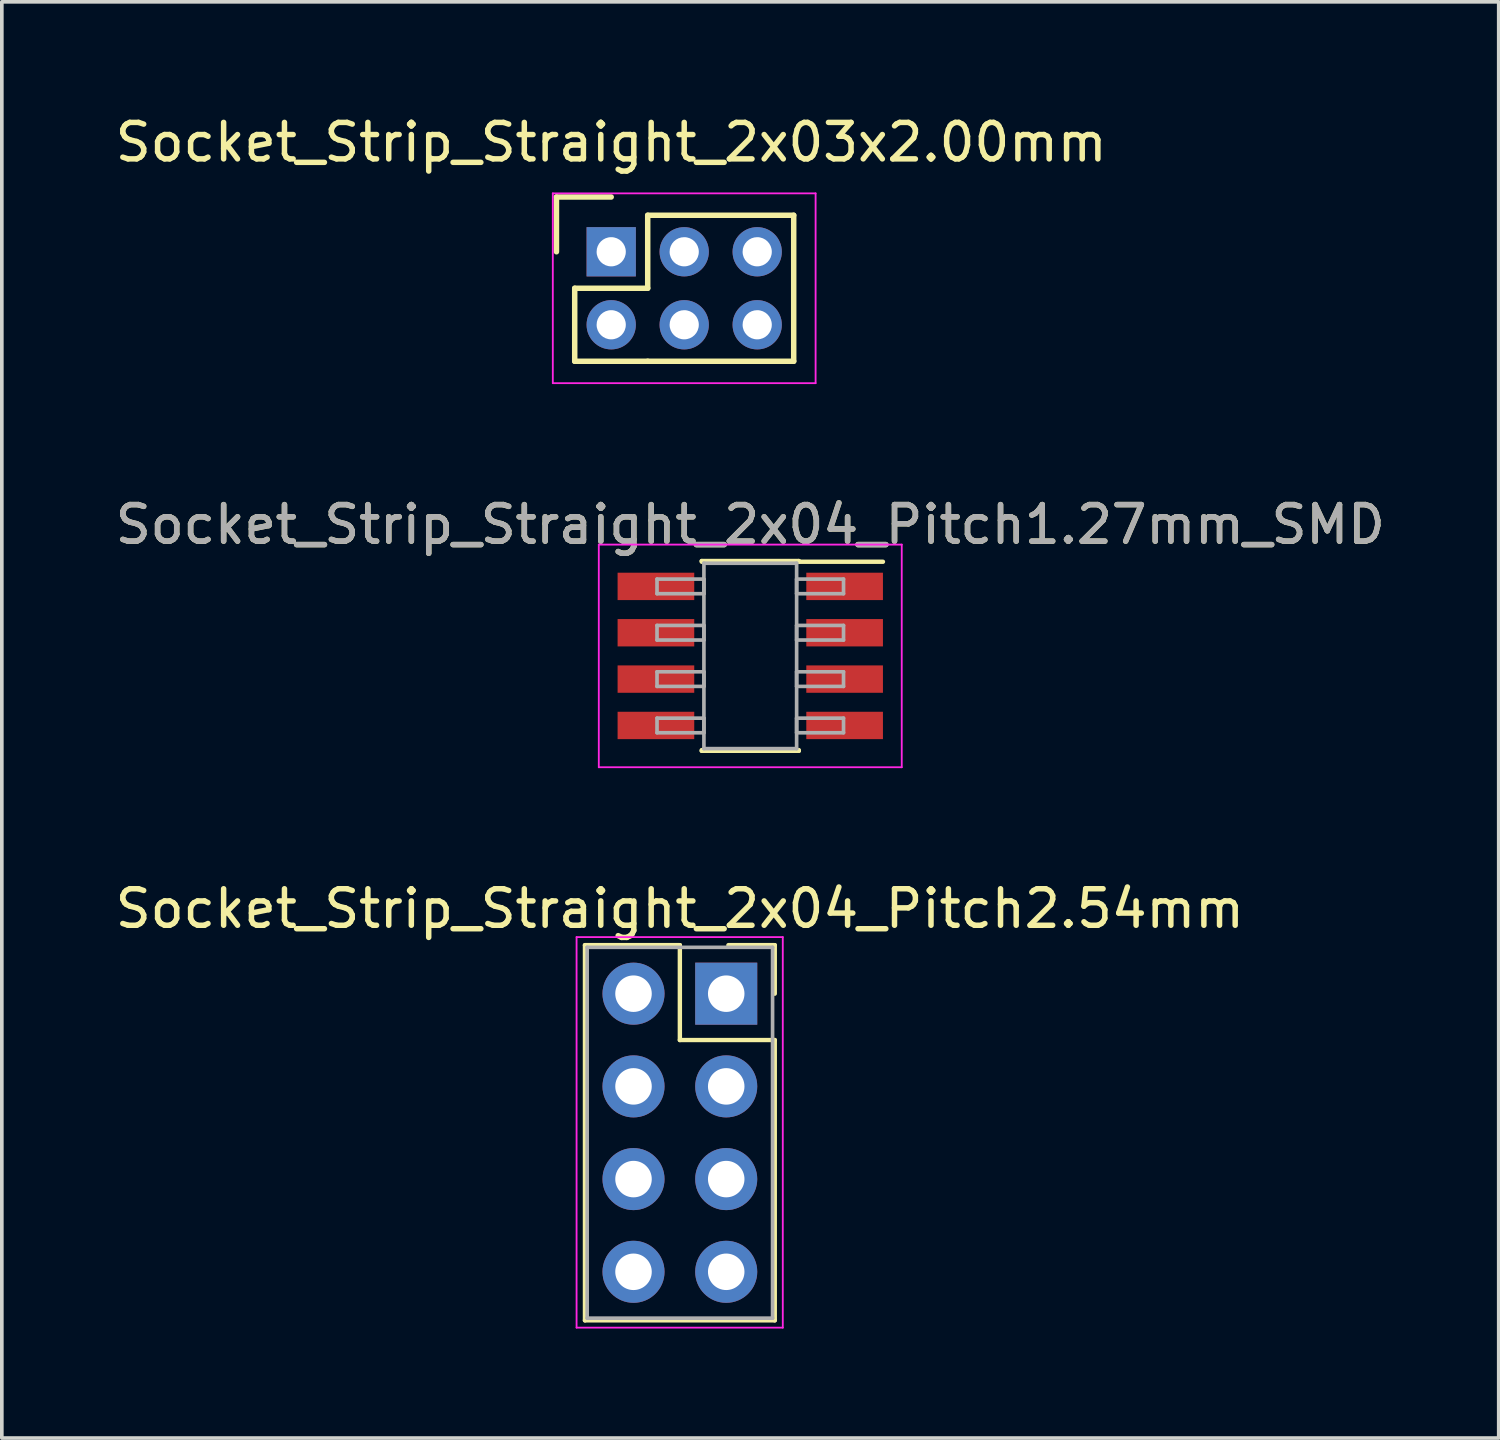
<source format=kicad_pcb>
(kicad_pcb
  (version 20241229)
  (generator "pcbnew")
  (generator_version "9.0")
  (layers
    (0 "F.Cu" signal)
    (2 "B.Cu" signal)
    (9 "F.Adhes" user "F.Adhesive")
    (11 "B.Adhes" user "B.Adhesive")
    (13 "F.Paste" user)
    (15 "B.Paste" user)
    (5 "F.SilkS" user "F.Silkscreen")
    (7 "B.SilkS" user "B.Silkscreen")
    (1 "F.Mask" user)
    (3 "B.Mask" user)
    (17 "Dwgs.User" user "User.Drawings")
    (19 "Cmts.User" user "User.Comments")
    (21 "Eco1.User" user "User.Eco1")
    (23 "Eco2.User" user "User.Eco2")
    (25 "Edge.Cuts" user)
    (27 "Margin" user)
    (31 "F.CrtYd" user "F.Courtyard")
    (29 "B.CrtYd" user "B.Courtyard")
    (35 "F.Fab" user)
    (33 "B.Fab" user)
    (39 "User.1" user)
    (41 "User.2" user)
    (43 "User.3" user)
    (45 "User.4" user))
  (footprint "Socket_Strip_Straight_2x03x2.00mm"
    (layer "F.Cu")
    (at 13.696 3.848)
    (property "Reference" "Socket_Strip_Straight_2x03x2.00mm" (at 0 -3 0) (layer "F.SilkS") (effects (font (size 1 1) (thickness 0.15))))
    (attr through_hole)
    (fp_line (start -1.5 -1.5) (end -1.5 0) (stroke (width 0.15) (type solid)) (layer "F.SilkS"))
    (fp_line (start -1 1) (end -1 3) (stroke (width 0.15) (type solid)) (layer "F.SilkS"))
    (fp_line (start -1 3) (end 1 3) (stroke (width 0.15) (type solid)) (layer "F.SilkS"))
    (fp_line (start 0 -1.5) (end -1.5 -1.5) (stroke (width 0.15) (type solid)) (layer "F.SilkS"))
    (fp_line (start 1 -1) (end 1 1) (stroke (width 0.15) (type solid)) (layer "F.SilkS"))
    (fp_line (start 1 1) (end -1 1) (stroke (width 0.15) (type solid)) (layer "F.SilkS"))
    (fp_line (start 1 3) (end 5 3) (stroke (width 0.15) (type solid)) (layer "F.SilkS"))
    (fp_line (start 5 -1) (end 1 -1) (stroke (width 0.15) (type solid)) (layer "F.SilkS"))
    (fp_line (start 5 3) (end 5 -1) (stroke (width 0.15) (type solid)) (layer "F.SilkS"))
    (fp_line (start -1.6 -1.6) (end -1.6 3.6) (stroke (width 0.05) (type solid)) (layer "F.CrtYd"))
    (fp_line (start -1.6 3.6) (end 5.6 3.6) (stroke (width 0.05) (type solid)) (layer "F.CrtYd"))
    (fp_line (start 5.6 -1.6) (end -1.6 -1.6) (stroke (width 0.05) (type solid)) (layer "F.CrtYd"))
    (fp_line (start 5.6 3.6) (end 5.6 -1.6) (stroke (width 0.05) (type solid)) (layer "F.CrtYd"))
    (pad "1" thru_hole rect (at 0 0) (size 1.35 1.35) (drill 0.8) (layers "*.Cu" "*.Mask"))
    (pad "2" thru_hole circle (at 0 2) (size 1.35 1.35) (drill 0.8) (layers "*.Cu" "*.Mask"))
    (pad "3" thru_hole circle (at 2 0) (size 1.35 1.35) (drill 0.8) (layers "*.Cu" "*.Mask"))
    (pad "4" thru_hole circle (at 2 2) (size 1.35 1.35) (drill 0.8) (layers "*.Cu" "*.Mask"))
    (pad "5" thru_hole circle (at 4 0) (size 1.35 1.35) (drill 0.8) (layers "*.Cu" "*.Mask"))
    (pad "6" thru_hole circle (at 4 2) (size 1.35 1.35) (drill 0.8) (layers "*.Cu" "*.Mask")))
  (footprint "Socket_Strip_Straight_2x04_Pitch2.54mm"
    (layer "F.Cu")
    (at 16.847 24.175)
    (property "Reference" "Socket_Strip_Straight_2x04_Pitch2.54mm" (at -1.27 -2.33 0) (layer "F.SilkS") (effects (font (size 1 1) (thickness 0.15))))
    (attr through_hole)
    (fp_line (start -3.87 -1.33) (end -1.27 -1.33) (stroke (width 0.12) (type solid)) (layer "F.SilkS"))
    (fp_line (start -3.87 8.95) (end -3.87 -1.33) (stroke (width 0.12) (type solid)) (layer "F.SilkS"))
    (fp_line (start -1.27 -1.33) (end -1.27 1.27) (stroke (width 0.12) (type solid)) (layer "F.SilkS"))
    (fp_line (start -1.27 1.27) (end 1.33 1.27) (stroke (width 0.12) (type solid)) (layer "F.SilkS"))
    (fp_line (start 1.33 -1.33) (end 0.06 -1.33) (stroke (width 0.12) (type solid)) (layer "F.SilkS"))
    (fp_line (start 1.33 0) (end 1.33 -1.33) (stroke (width 0.12) (type solid)) (layer "F.SilkS"))
    (fp_line (start 1.33 1.27) (end 1.33 8.95) (stroke (width 0.12) (type solid)) (layer "F.SilkS"))
    (fp_line (start 1.33 8.95) (end -3.87 8.95) (stroke (width 0.12) (type solid)) (layer "F.SilkS"))
    (fp_line (start -4.1 -1.55) (end -4.1 9.15) (stroke (width 0.05) (type solid)) (layer "F.CrtYd"))
    (fp_line (start -4.1 9.15) (end 1.55 9.15) (stroke (width 0.05) (type solid)) (layer "F.CrtYd"))
    (fp_line (start 1.55 -1.55) (end -4.1 -1.55) (stroke (width 0.05) (type solid)) (layer "F.CrtYd"))
    (fp_line (start 1.55 9.15) (end 1.55 -1.55) (stroke (width 0.05) (type solid)) (layer "F.CrtYd"))
    (fp_line (start -3.81 -1.27) (end -3.81 8.89) (stroke (width 0.1) (type solid)) (layer "F.Fab"))
    (fp_line (start -3.81 8.89) (end 1.27 8.89) (stroke (width 0.1) (type solid)) (layer "F.Fab"))
    (fp_line (start 1.27 -1.27) (end -3.81 -1.27) (stroke (width 0.1) (type solid)) (layer "F.Fab"))
    (fp_line (start 1.27 8.89) (end 1.27 -1.27) (stroke (width 0.1) (type solid)) (layer "F.Fab"))
    (pad "1" thru_hole rect (at 0 0) (size 1.7 1.7) (drill 1) (layers "*.Cu" "*.Mask"))
    (pad "2" thru_hole oval (at -2.54 0) (size 1.7 1.7) (drill 1) (layers "*.Cu" "*.Mask"))
    (pad "3" thru_hole oval (at 0 2.54) (size 1.7 1.7) (drill 1) (layers "*.Cu" "*.Mask"))
    (pad "4" thru_hole oval (at -2.54 2.54) (size 1.7 1.7) (drill 1) (layers "*.Cu" "*.Mask"))
    (pad "5" thru_hole oval (at 0 5.08) (size 1.7 1.7) (drill 1) (layers "*.Cu" "*.Mask"))
    (pad "6" thru_hole oval (at -2.54 5.08) (size 1.7 1.7) (drill 1) (layers "*.Cu" "*.Mask"))
    (pad "7" thru_hole oval (at 0 7.62) (size 1.7 1.7) (drill 1) (layers "*.Cu" "*.Mask"))
    (pad "8" thru_hole oval (at -2.54 7.62) (size 1.7 1.7) (drill 1) (layers "*.Cu" "*.Mask")))
  (footprint "Socket_Strip_Straight_2x04_Pitch1.27mm_SMD"
    (layer "F.Cu")
    (at 17.506 14.921)
    (property "Reference" "Socket_Strip_Straight_2x04_Pitch1.27mm_SMD" (at 0 -3.6 0) (layer "F.SilkS") (effects (font (size 1 1) (thickness 0.15))))
    (attr smd)
    (fp_line (start -1.33 -2.6) (end 1.33 -2.6) (stroke (width 0.12) (type solid)) (layer "F.SilkS"))
    (fp_line (start -1.33 -2.58) (end -1.33 -2.6) (stroke (width 0.12) (type solid)) (layer "F.SilkS"))
    (fp_line (start -1.33 2.58) (end -1.33 2.6) (stroke (width 0.12) (type solid)) (layer "F.SilkS"))
    (fp_line (start -1.33 2.6) (end 1.33 2.6) (stroke (width 0.12) (type solid)) (layer "F.SilkS"))
    (fp_line (start 1.33 -2.6) (end 1.33 -2.58) (stroke (width 0.12) (type solid)) (layer "F.SilkS"))
    (fp_line (start 1.33 2.6) (end 1.33 2.58) (stroke (width 0.12) (type solid)) (layer "F.SilkS"))
    (fp_line (start 3.635 -2.58) (end 1.33 -2.58) (stroke (width 0.12) (type solid)) (layer "F.SilkS"))
    (fp_line (start -4.15 -3.05) (end -4.15 3.05) (stroke (width 0.05) (type solid)) (layer "F.CrtYd"))
    (fp_line (start -4.15 3.05) (end 4.15 3.05) (stroke (width 0.05) (type solid)) (layer "F.CrtYd"))
    (fp_line (start 4.15 -3.05) (end -4.15 -3.05) (stroke (width 0.05) (type solid)) (layer "F.CrtYd"))
    (fp_line (start 4.15 3.05) (end 4.15 -3.05) (stroke (width 0.05) (type solid)) (layer "F.CrtYd"))
    (fp_line (start -2.555 -2.105) (end -1.27 -2.105) (stroke (width 0.1) (type solid)) (layer "F.Fab"))
    (fp_line (start -2.555 -1.705) (end -2.555 -2.105) (stroke (width 0.1) (type solid)) (layer "F.Fab"))
    (fp_line (start -2.555 -0.835) (end -1.27 -0.835) (stroke (width 0.1) (type solid)) (layer "F.Fab"))
    (fp_line (start -2.555 -0.435) (end -2.555 -0.835) (stroke (width 0.1) (type solid)) (layer "F.Fab"))
    (fp_line (start -2.555 0.435) (end -1.27 0.435) (stroke (width 0.1) (type solid)) (layer "F.Fab"))
    (fp_line (start -2.555 0.835) (end -2.555 0.435) (stroke (width 0.1) (type solid)) (layer "F.Fab"))
    (fp_line (start -2.555 1.705) (end -1.27 1.705) (stroke (width 0.1) (type solid)) (layer "F.Fab"))
    (fp_line (start -2.555 2.105) (end -2.555 1.705) (stroke (width 0.1) (type solid)) (layer "F.Fab"))
    (fp_line (start -1.27 -2.54) (end -1.27 2.54) (stroke (width 0.1) (type solid)) (layer "F.Fab"))
    (fp_line (start -1.27 -2.105) (end -1.27 -1.705) (stroke (width 0.1) (type solid)) (layer "F.Fab"))
    (fp_line (start -1.27 -1.705) (end -2.555 -1.705) (stroke (width 0.1) (type solid)) (layer "F.Fab"))
    (fp_line (start -1.27 -0.835) (end -1.27 -0.435) (stroke (width 0.1) (type solid)) (layer "F.Fab"))
    (fp_line (start -1.27 -0.435) (end -2.555 -0.435) (stroke (width 0.1) (type solid)) (layer "F.Fab"))
    (fp_line (start -1.27 0.435) (end -1.27 0.835) (stroke (width 0.1) (type solid)) (layer "F.Fab"))
    (fp_line (start -1.27 0.835) (end -2.555 0.835) (stroke (width 0.1) (type solid)) (layer "F.Fab"))
    (fp_line (start -1.27 1.705) (end -1.27 2.105) (stroke (width 0.1) (type solid)) (layer "F.Fab"))
    (fp_line (start -1.27 2.105) (end -2.555 2.105) (stroke (width 0.1) (type solid)) (layer "F.Fab"))
    (fp_line (start -1.27 2.54) (end 1.27 2.54) (stroke (width 0.1) (type solid)) (layer "F.Fab"))
    (fp_line (start 1.27 -2.54) (end -1.27 -2.54) (stroke (width 0.1) (type solid)) (layer "F.Fab"))
    (fp_line (start 1.27 -2.105) (end 1.27 -1.705) (stroke (width 0.1) (type solid)) (layer "F.Fab"))
    (fp_line (start 1.27 -1.705) (end 2.555 -1.705) (stroke (width 0.1) (type solid)) (layer "F.Fab"))
    (fp_line (start 1.27 -0.835) (end 1.27 -0.435) (stroke (width 0.1) (type solid)) (layer "F.Fab"))
    (fp_line (start 1.27 -0.435) (end 2.555 -0.435) (stroke (width 0.1) (type solid)) (layer "F.Fab"))
    (fp_line (start 1.27 0.435) (end 1.27 0.835) (stroke (width 0.1) (type solid)) (layer "F.Fab"))
    (fp_line (start 1.27 0.835) (end 2.555 0.835) (stroke (width 0.1) (type solid)) (layer "F.Fab"))
    (fp_line (start 1.27 1.705) (end 1.27 2.105) (stroke (width 0.1) (type solid)) (layer "F.Fab"))
    (fp_line (start 1.27 2.105) (end 2.555 2.105) (stroke (width 0.1) (type solid)) (layer "F.Fab"))
    (fp_line (start 1.27 2.54) (end 1.27 -2.54) (stroke (width 0.1) (type solid)) (layer "F.Fab"))
    (fp_line (start 2.555 -2.105) (end 1.27 -2.105) (stroke (width 0.1) (type solid)) (layer "F.Fab"))
    (fp_line (start 2.555 -1.705) (end 2.555 -2.105) (stroke (width 0.1) (type solid)) (layer "F.Fab"))
    (fp_line (start 2.555 -0.835) (end 1.27 -0.835) (stroke (width 0.1) (type solid)) (layer "F.Fab"))
    (fp_line (start 2.555 -0.435) (end 2.555 -0.835) (stroke (width 0.1) (type solid)) (layer "F.Fab"))
    (fp_line (start 2.555 0.435) (end 1.27 0.435) (stroke (width 0.1) (type solid)) (layer "F.Fab"))
    (fp_line (start 2.555 0.835) (end 2.555 0.435) (stroke (width 0.1) (type solid)) (layer "F.Fab"))
    (fp_line (start 2.555 1.705) (end 1.27 1.705) (stroke (width 0.1) (type solid)) (layer "F.Fab"))
    (fp_line (start 2.555 2.105) (end 2.555 1.705) (stroke (width 0.1) (type solid)) (layer "F.Fab"))
    (fp_text user "${REFERENCE}" (at 0 -3.6 0) (layer "F.Fab") (effects (font (size 1 1) (thickness 0.15))))
    (pad "1" smd rect (at 2.585 -1.905) (size 2.1 0.75) (layers "F.Cu" "F.Mask" "F.Paste"))
    (pad "2" smd rect (at -2.585 -1.905) (size 2.1 0.75) (layers "F.Cu" "F.Mask" "F.Paste"))
    (pad "3" smd rect (at 2.585 -0.635) (size 2.1 0.75) (layers "F.Cu" "F.Mask" "F.Paste"))
    (pad "4" smd rect (at -2.585 -0.635) (size 2.1 0.75) (layers "F.Cu" "F.Mask" "F.Paste"))
    (pad "5" smd rect (at 2.585 0.635) (size 2.1 0.75) (layers "F.Cu" "F.Mask" "F.Paste"))
    (pad "6" smd rect (at -2.585 0.635) (size 2.1 0.75) (layers "F.Cu" "F.Mask" "F.Paste"))
    (pad "7" smd rect (at 2.585 1.905) (size 2.1 0.75) (layers "F.Cu" "F.Mask" "F.Paste"))
    (pad "8" smd rect (at -2.585 1.905) (size 2.1 0.75) (layers "F.Cu" "F.Mask" "F.Paste")))
  (gr_rect
    (start -3 -3)
    (end 38.012 36.35)
    (stroke (width 0.1) (type default))
    (fill no)
    (layer "Edge.Cuts")))
</source>
